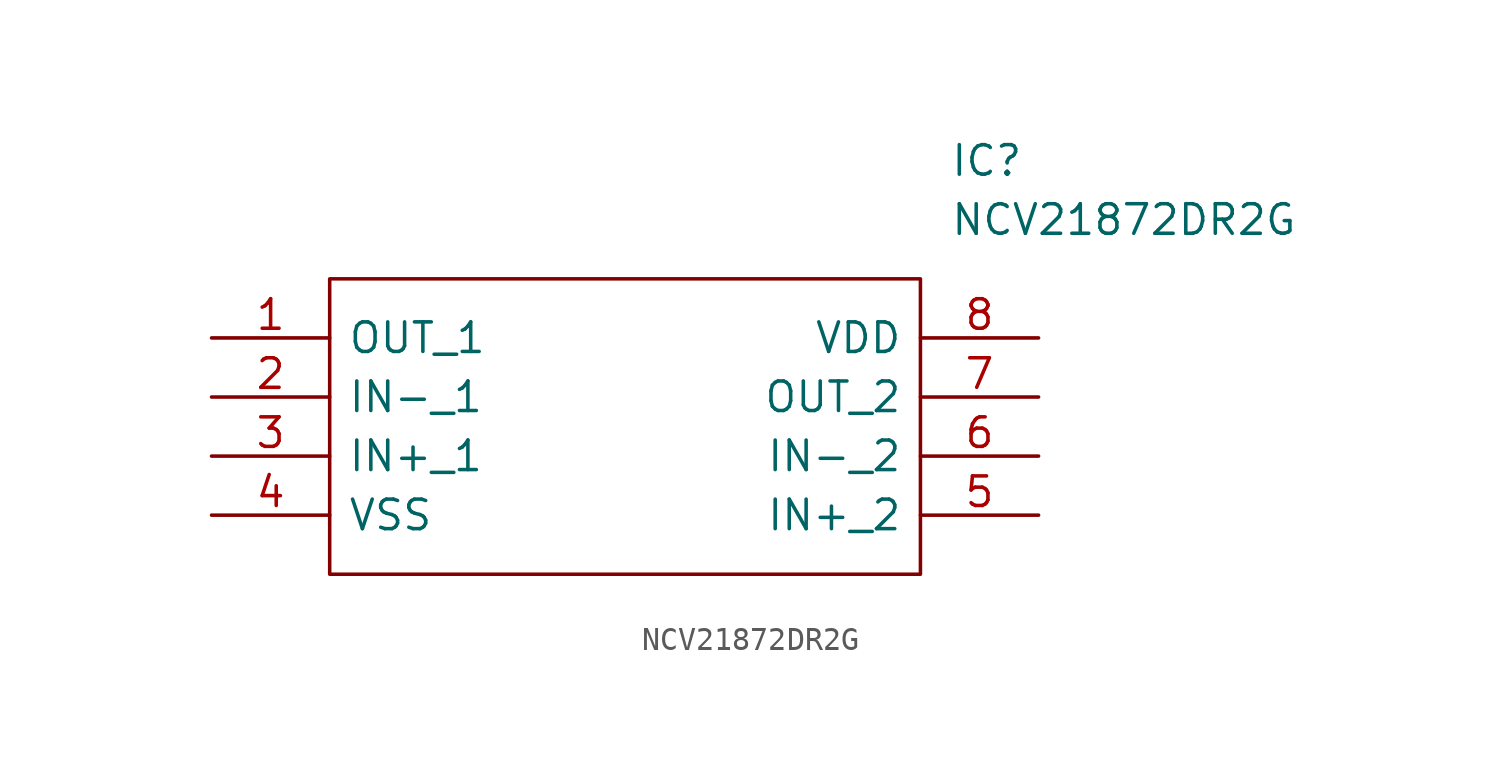
<source format=kicad_sym>
(kicad_symbol_lib
  (version 20211014)
  (generator kicad_symbol_editor)
  (symbol "NCV21872DR2G"
    (pin_names
      (offset 0.762))
    (property "Reference" "IC"
      (at 31.75 7.62 0)
      (effects (font (size 1.27 1.27)) (justify left)))
    (property "Value" "NCV21872DR2G"
      (at 31.75 5.08 0)
      (effects (font (size 1.27 1.27)) (justify left)))
    (symbol "NCV21872DR2G_0_0"
      (pin passive line (at 0 0 0) (length 5.08) (name "OUT_1" (effects (font (size 1.27 1.27)))) (number "1" (effects (font (size 1.27 1.27)))))
      (pin passive line (at 0 -2.54 0) (length 5.08) (name "IN-_1" (effects (font (size 1.27 1.27)))) (number "2" (effects (font (size 1.27 1.27)))))
      (pin passive line (at 0 -5.08 0) (length 5.08) (name "IN+_1" (effects (font (size 1.27 1.27)))) (number "3" (effects (font (size 1.27 1.27)))))
      (pin passive line (at 0 -7.62 0) (length 5.08) (name "VSS" (effects (font (size 1.27 1.27)))) (number "4" (effects (font (size 1.27 1.27)))))
      (pin passive line (at 35.56 -7.62 180) (length 5.08) (name "IN+_2" (effects (font (size 1.27 1.27)))) (number "5" (effects (font (size 1.27 1.27)))))
      (pin passive line (at 35.56 -5.08 180) (length 5.08) (name "IN-_2" (effects (font (size 1.27 1.27)))) (number "6" (effects (font (size 1.27 1.27)))))
      (pin passive line (at 35.56 -2.54 180) (length 5.08) (name "OUT_2" (effects (font (size 1.27 1.27)))) (number "7" (effects (font (size 1.27 1.27)))))
      (pin passive line (at 35.56 0 180) (length 5.08) (name "VDD" (effects (font (size 1.27 1.27)))) (number "8" (effects (font (size 1.27 1.27))))))
    (symbol "NCV21872DR2G_0_1"
      (polyline (pts (xy 5.08 2.54) (xy 30.48 2.54) (xy 30.48 -10.16) (xy 5.08 -10.16) (xy 5.08 2.54)) (stroke (width 0.152) (type default) (color 0 0 0 0)) (fill (type none))))))
</source>
